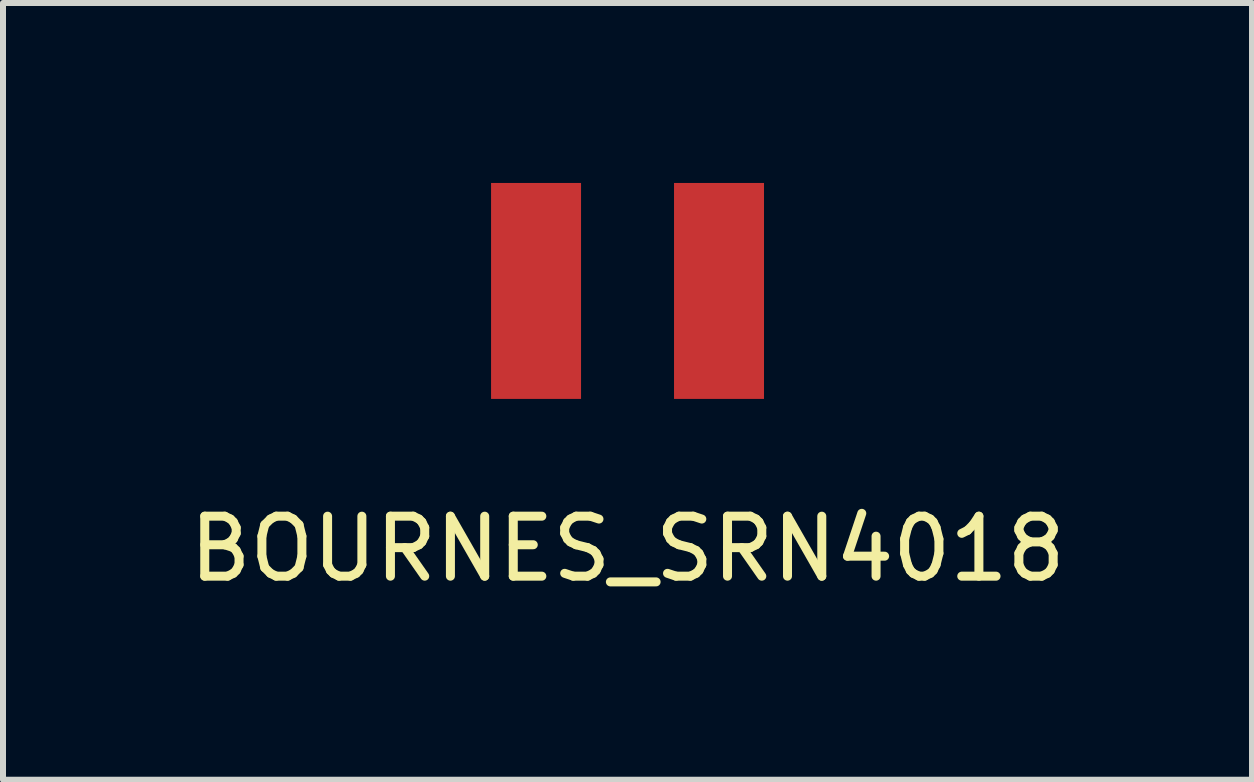
<source format=kicad_pcb>
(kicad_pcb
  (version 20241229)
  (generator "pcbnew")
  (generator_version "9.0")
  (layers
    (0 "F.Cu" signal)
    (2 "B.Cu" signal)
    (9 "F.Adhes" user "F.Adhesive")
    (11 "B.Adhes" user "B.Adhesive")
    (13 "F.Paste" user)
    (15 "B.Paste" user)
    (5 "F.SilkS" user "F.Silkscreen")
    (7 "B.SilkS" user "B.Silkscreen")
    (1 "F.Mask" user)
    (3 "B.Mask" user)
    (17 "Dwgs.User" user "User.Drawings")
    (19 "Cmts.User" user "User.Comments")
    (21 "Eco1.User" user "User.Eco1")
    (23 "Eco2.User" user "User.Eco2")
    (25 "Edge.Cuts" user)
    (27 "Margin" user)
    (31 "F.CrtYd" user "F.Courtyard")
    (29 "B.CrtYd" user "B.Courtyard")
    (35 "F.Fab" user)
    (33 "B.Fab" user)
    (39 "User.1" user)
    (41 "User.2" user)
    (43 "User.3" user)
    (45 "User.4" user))
  (footprint "BOURNES_SRN4018"
    (layer "F.Cu")
    (at 7.411 1.8)
    (property "Reference" "BOURNES_SRN4018" (at 0 4.3 0) (layer "F.SilkS") (effects (font (size 1 1) (thickness 0.15))))
    (attr through_hole)
    (pad "1" smd rect (at -1.525 0) (size 1.5 3.6) (layers "F.Cu" "F.Mask" "F.Paste"))
    (pad "2" smd rect (at 1.525 0) (size 1.5 3.6) (layers "F.Cu" "F.Mask" "F.Paste")))
  (gr_rect
    (start -3 -3)
    (end 17.821 9.948)
    (stroke (width 0.1) (type default))
    (fill no)
    (layer "Edge.Cuts")))
</source>
